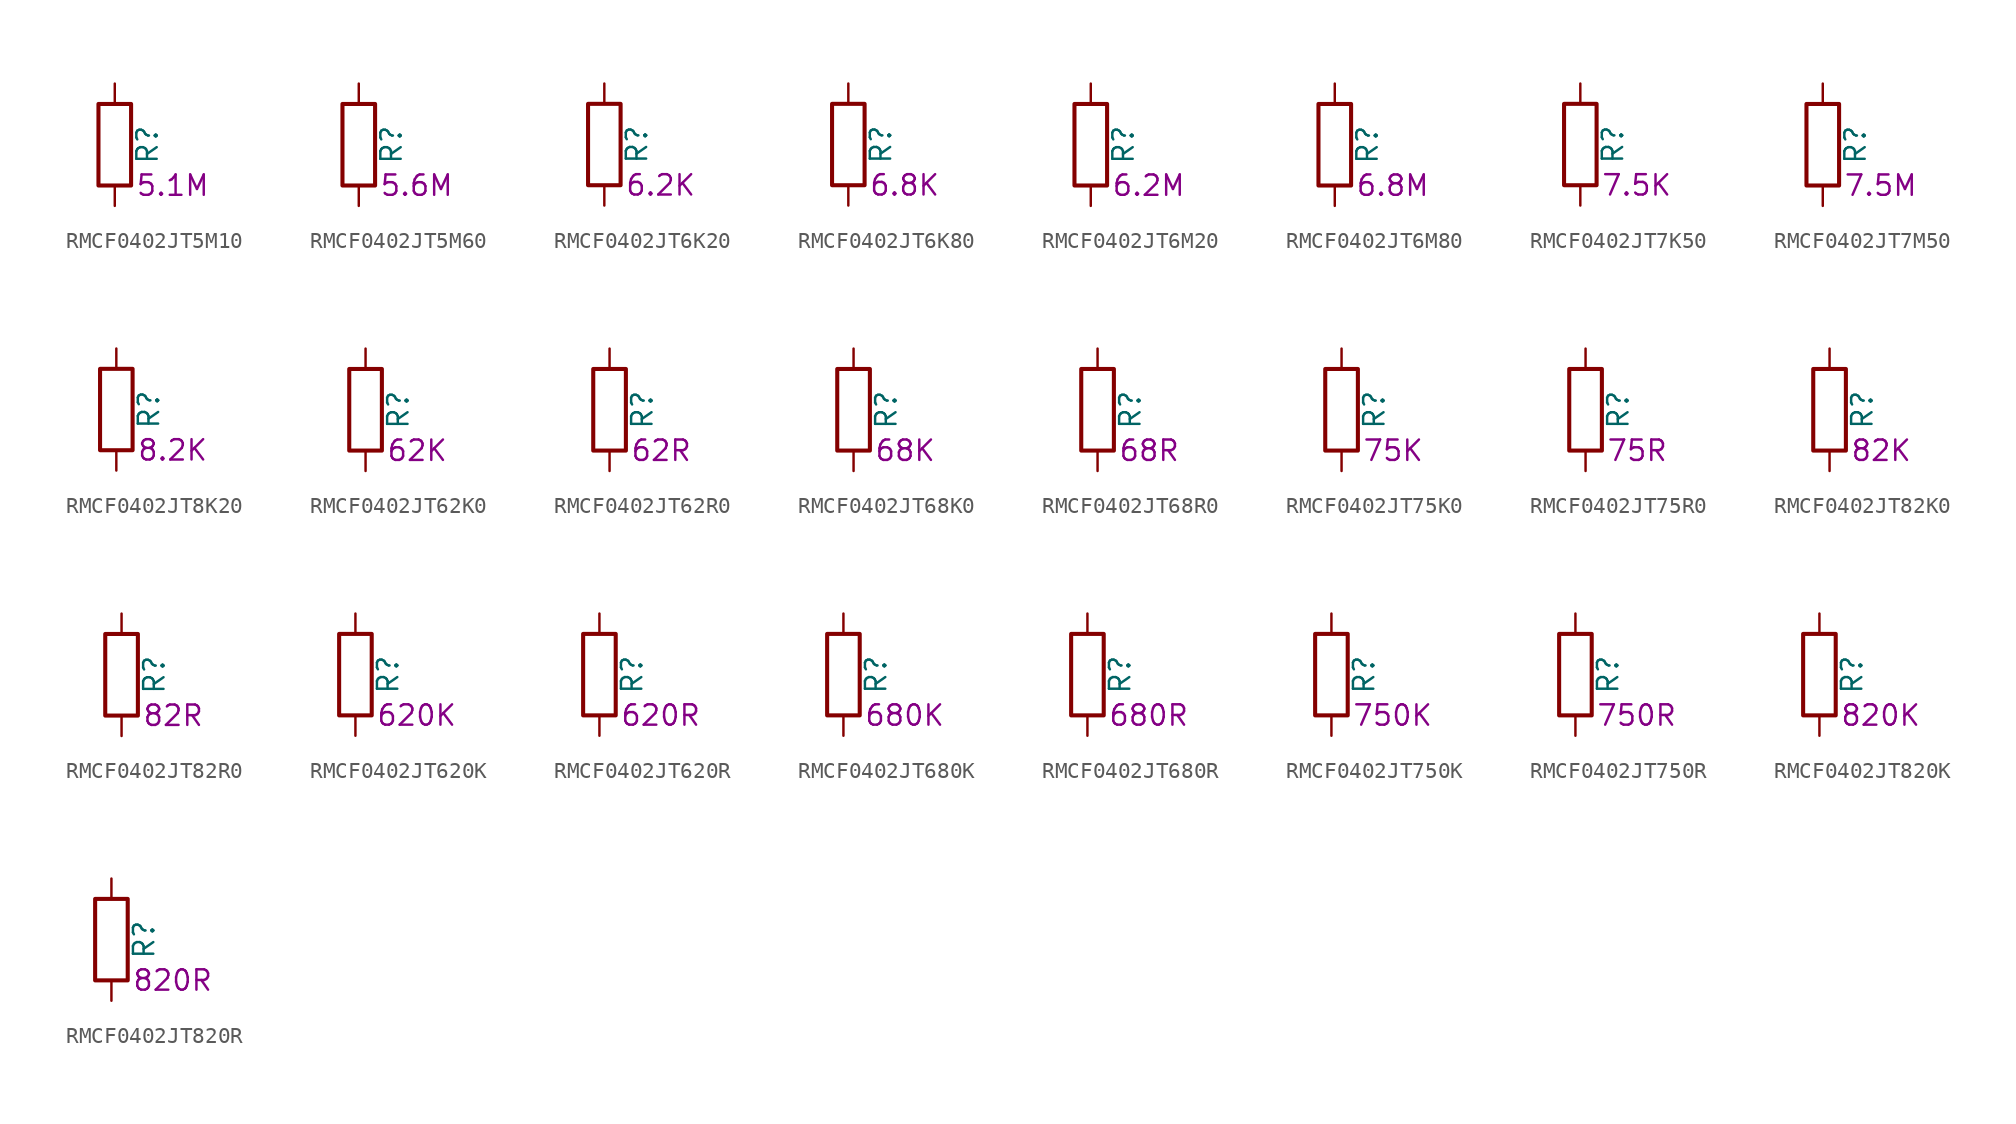
<source format=kicad_sym>
(kicad_symbol_lib
  (version 20220914)
  (generator kicad_symbol_editor)
  (symbol "RMCF0402JT5M10"
    (pin_numbers hide)
    (pin_names
      (offset 0))
    (property "Reference" "R"
      (at 2.032 0 90)
      (effects (font (size 1.27 1.27))))
    (property "Resistance" "5.1M"
      (at 1.27 -2.54 0)
      (effects (font (size 1.27 1.27)) (justify left)))
    (symbol "RMCF0402JT5M10_0_1"
      (rectangle (start -1.016 -2.54) (end 1.016 2.54) (stroke (width 0.254) (type default)) (fill (type none))))
    (symbol "RMCF0402JT5M10_1_1"
      (pin passive line (at 0 3.81 270) (length 1.27) (name "~" (effects (font (size 1.27 1.27)))) (number "1" (effects (font (size 1.27 1.27)))))
      (pin passive line (at 0 -3.81 90) (length 1.27) (name "~" (effects (font (size 1.27 1.27)))) (number "2" (effects (font (size 1.27 1.27)))))))
  (symbol "RMCF0402JT5M60"
    (pin_numbers hide)
    (pin_names
      (offset 0))
    (property "Reference" "R"
      (at 2.032 0 90)
      (effects (font (size 1.27 1.27))))
    (property "Resistance" "5.6M"
      (at 1.27 -2.54 0)
      (effects (font (size 1.27 1.27)) (justify left)))
    (symbol "RMCF0402JT5M60_0_1"
      (rectangle (start -1.016 -2.54) (end 1.016 2.54) (stroke (width 0.254) (type default)) (fill (type none))))
    (symbol "RMCF0402JT5M60_1_1"
      (pin passive line (at 0 3.81 270) (length 1.27) (name "~" (effects (font (size 1.27 1.27)))) (number "1" (effects (font (size 1.27 1.27)))))
      (pin passive line (at 0 -3.81 90) (length 1.27) (name "~" (effects (font (size 1.27 1.27)))) (number "2" (effects (font (size 1.27 1.27)))))))
  (symbol "RMCF0402JT6K20"
    (pin_numbers hide)
    (pin_names
      (offset 0))
    (property "Reference" "R"
      (at 2.032 0 90)
      (effects (font (size 1.27 1.27))))
    (property "Resistance" "6.2K"
      (at 1.27 -2.54 0)
      (effects (font (size 1.27 1.27)) (justify left)))
    (symbol "RMCF0402JT6K20_0_1"
      (rectangle (start -1.016 -2.54) (end 1.016 2.54) (stroke (width 0.254) (type default)) (fill (type none))))
    (symbol "RMCF0402JT6K20_1_1"
      (pin passive line (at 0 3.81 270) (length 1.27) (name "~" (effects (font (size 1.27 1.27)))) (number "1" (effects (font (size 1.27 1.27)))))
      (pin passive line (at 0 -3.81 90) (length 1.27) (name "~" (effects (font (size 1.27 1.27)))) (number "2" (effects (font (size 1.27 1.27)))))))
  (symbol "RMCF0402JT6K80"
    (pin_numbers hide)
    (pin_names
      (offset 0))
    (property "Reference" "R"
      (at 2.032 0 90)
      (effects (font (size 1.27 1.27))))
    (property "Resistance" "6.8K"
      (at 1.27 -2.54 0)
      (effects (font (size 1.27 1.27)) (justify left)))
    (symbol "RMCF0402JT6K80_0_1"
      (rectangle (start -1.016 -2.54) (end 1.016 2.54) (stroke (width 0.254) (type default)) (fill (type none))))
    (symbol "RMCF0402JT6K80_1_1"
      (pin passive line (at 0 3.81 270) (length 1.27) (name "~" (effects (font (size 1.27 1.27)))) (number "1" (effects (font (size 1.27 1.27)))))
      (pin passive line (at 0 -3.81 90) (length 1.27) (name "~" (effects (font (size 1.27 1.27)))) (number "2" (effects (font (size 1.27 1.27)))))))
  (symbol "RMCF0402JT6M20"
    (pin_numbers hide)
    (pin_names
      (offset 0))
    (property "Reference" "R"
      (at 2.032 0 90)
      (effects (font (size 1.27 1.27))))
    (property "Resistance" "6.2M"
      (at 1.27 -2.54 0)
      (effects (font (size 1.27 1.27)) (justify left)))
    (symbol "RMCF0402JT6M20_0_1"
      (rectangle (start -1.016 -2.54) (end 1.016 2.54) (stroke (width 0.254) (type default)) (fill (type none))))
    (symbol "RMCF0402JT6M20_1_1"
      (pin passive line (at 0 3.81 270) (length 1.27) (name "~" (effects (font (size 1.27 1.27)))) (number "1" (effects (font (size 1.27 1.27)))))
      (pin passive line (at 0 -3.81 90) (length 1.27) (name "~" (effects (font (size 1.27 1.27)))) (number "2" (effects (font (size 1.27 1.27)))))))
  (symbol "RMCF0402JT6M80"
    (pin_numbers hide)
    (pin_names
      (offset 0))
    (property "Reference" "R"
      (at 2.032 0 90)
      (effects (font (size 1.27 1.27))))
    (property "Resistance" "6.8M"
      (at 1.27 -2.54 0)
      (effects (font (size 1.27 1.27)) (justify left)))
    (symbol "RMCF0402JT6M80_0_1"
      (rectangle (start -1.016 -2.54) (end 1.016 2.54) (stroke (width 0.254) (type default)) (fill (type none))))
    (symbol "RMCF0402JT6M80_1_1"
      (pin passive line (at 0 3.81 270) (length 1.27) (name "~" (effects (font (size 1.27 1.27)))) (number "1" (effects (font (size 1.27 1.27)))))
      (pin passive line (at 0 -3.81 90) (length 1.27) (name "~" (effects (font (size 1.27 1.27)))) (number "2" (effects (font (size 1.27 1.27)))))))
  (symbol "RMCF0402JT7K50"
    (pin_numbers hide)
    (pin_names
      (offset 0))
    (property "Reference" "R"
      (at 2.032 0 90)
      (effects (font (size 1.27 1.27))))
    (property "Resistance" "7.5K"
      (at 1.27 -2.54 0)
      (effects (font (size 1.27 1.27)) (justify left)))
    (symbol "RMCF0402JT7K50_0_1"
      (rectangle (start -1.016 -2.54) (end 1.016 2.54) (stroke (width 0.254) (type default)) (fill (type none))))
    (symbol "RMCF0402JT7K50_1_1"
      (pin passive line (at 0 3.81 270) (length 1.27) (name "~" (effects (font (size 1.27 1.27)))) (number "1" (effects (font (size 1.27 1.27)))))
      (pin passive line (at 0 -3.81 90) (length 1.27) (name "~" (effects (font (size 1.27 1.27)))) (number "2" (effects (font (size 1.27 1.27)))))))
  (symbol "RMCF0402JT7M50"
    (pin_numbers hide)
    (pin_names
      (offset 0))
    (property "Reference" "R"
      (at 2.032 0 90)
      (effects (font (size 1.27 1.27))))
    (property "Resistance" "7.5M"
      (at 1.27 -2.54 0)
      (effects (font (size 1.27 1.27)) (justify left)))
    (symbol "RMCF0402JT7M50_0_1"
      (rectangle (start -1.016 -2.54) (end 1.016 2.54) (stroke (width 0.254) (type default)) (fill (type none))))
    (symbol "RMCF0402JT7M50_1_1"
      (pin passive line (at 0 3.81 270) (length 1.27) (name "~" (effects (font (size 1.27 1.27)))) (number "1" (effects (font (size 1.27 1.27)))))
      (pin passive line (at 0 -3.81 90) (length 1.27) (name "~" (effects (font (size 1.27 1.27)))) (number "2" (effects (font (size 1.27 1.27)))))))
  (symbol "RMCF0402JT8K20"
    (pin_numbers hide)
    (pin_names
      (offset 0))
    (property "Reference" "R"
      (at 2.032 0 90)
      (effects (font (size 1.27 1.27))))
    (property "Resistance" "8.2K"
      (at 1.27 -2.54 0)
      (effects (font (size 1.27 1.27)) (justify left)))
    (symbol "RMCF0402JT8K20_0_1"
      (rectangle (start -1.016 -2.54) (end 1.016 2.54) (stroke (width 0.254) (type default)) (fill (type none))))
    (symbol "RMCF0402JT8K20_1_1"
      (pin passive line (at 0 3.81 270) (length 1.27) (name "~" (effects (font (size 1.27 1.27)))) (number "1" (effects (font (size 1.27 1.27)))))
      (pin passive line (at 0 -3.81 90) (length 1.27) (name "~" (effects (font (size 1.27 1.27)))) (number "2" (effects (font (size 1.27 1.27)))))))
  (symbol "RMCF0402JT62K0"
    (pin_numbers hide)
    (pin_names
      (offset 0))
    (property "Reference" "R"
      (at 2.032 0 90)
      (effects (font (size 1.27 1.27))))
    (property "Resistance" "62K"
      (at 1.27 -2.54 0)
      (effects (font (size 1.27 1.27)) (justify left)))
    (symbol "RMCF0402JT62K0_0_1"
      (rectangle (start -1.016 -2.54) (end 1.016 2.54) (stroke (width 0.254) (type default)) (fill (type none))))
    (symbol "RMCF0402JT62K0_1_1"
      (pin passive line (at 0 3.81 270) (length 1.27) (name "~" (effects (font (size 1.27 1.27)))) (number "1" (effects (font (size 1.27 1.27)))))
      (pin passive line (at 0 -3.81 90) (length 1.27) (name "~" (effects (font (size 1.27 1.27)))) (number "2" (effects (font (size 1.27 1.27)))))))
  (symbol "RMCF0402JT62R0"
    (pin_numbers hide)
    (pin_names
      (offset 0))
    (property "Reference" "R"
      (at 2.032 0 90)
      (effects (font (size 1.27 1.27))))
    (property "Resistance" "62R"
      (at 1.27 -2.54 0)
      (effects (font (size 1.27 1.27)) (justify left)))
    (symbol "RMCF0402JT62R0_0_1"
      (rectangle (start -1.016 -2.54) (end 1.016 2.54) (stroke (width 0.254) (type default)) (fill (type none))))
    (symbol "RMCF0402JT62R0_1_1"
      (pin passive line (at 0 3.81 270) (length 1.27) (name "~" (effects (font (size 1.27 1.27)))) (number "1" (effects (font (size 1.27 1.27)))))
      (pin passive line (at 0 -3.81 90) (length 1.27) (name "~" (effects (font (size 1.27 1.27)))) (number "2" (effects (font (size 1.27 1.27)))))))
  (symbol "RMCF0402JT68K0"
    (pin_numbers hide)
    (pin_names
      (offset 0))
    (property "Reference" "R"
      (at 2.032 0 90)
      (effects (font (size 1.27 1.27))))
    (property "Resistance" "68K"
      (at 1.27 -2.54 0)
      (effects (font (size 1.27 1.27)) (justify left)))
    (symbol "RMCF0402JT68K0_0_1"
      (rectangle (start -1.016 -2.54) (end 1.016 2.54) (stroke (width 0.254) (type default)) (fill (type none))))
    (symbol "RMCF0402JT68K0_1_1"
      (pin passive line (at 0 3.81 270) (length 1.27) (name "~" (effects (font (size 1.27 1.27)))) (number "1" (effects (font (size 1.27 1.27)))))
      (pin passive line (at 0 -3.81 90) (length 1.27) (name "~" (effects (font (size 1.27 1.27)))) (number "2" (effects (font (size 1.27 1.27)))))))
  (symbol "RMCF0402JT68R0"
    (pin_numbers hide)
    (pin_names
      (offset 0))
    (property "Reference" "R"
      (at 2.032 0 90)
      (effects (font (size 1.27 1.27))))
    (property "Resistance" "68R"
      (at 1.27 -2.54 0)
      (effects (font (size 1.27 1.27)) (justify left)))
    (symbol "RMCF0402JT68R0_0_1"
      (rectangle (start -1.016 -2.54) (end 1.016 2.54) (stroke (width 0.254) (type default)) (fill (type none))))
    (symbol "RMCF0402JT68R0_1_1"
      (pin passive line (at 0 3.81 270) (length 1.27) (name "~" (effects (font (size 1.27 1.27)))) (number "1" (effects (font (size 1.27 1.27)))))
      (pin passive line (at 0 -3.81 90) (length 1.27) (name "~" (effects (font (size 1.27 1.27)))) (number "2" (effects (font (size 1.27 1.27)))))))
  (symbol "RMCF0402JT75K0"
    (pin_numbers hide)
    (pin_names
      (offset 0))
    (property "Reference" "R"
      (at 2.032 0 90)
      (effects (font (size 1.27 1.27))))
    (property "Resistance" "75K"
      (at 1.27 -2.54 0)
      (effects (font (size 1.27 1.27)) (justify left)))
    (symbol "RMCF0402JT75K0_0_1"
      (rectangle (start -1.016 -2.54) (end 1.016 2.54) (stroke (width 0.254) (type default)) (fill (type none))))
    (symbol "RMCF0402JT75K0_1_1"
      (pin passive line (at 0 3.81 270) (length 1.27) (name "~" (effects (font (size 1.27 1.27)))) (number "1" (effects (font (size 1.27 1.27)))))
      (pin passive line (at 0 -3.81 90) (length 1.27) (name "~" (effects (font (size 1.27 1.27)))) (number "2" (effects (font (size 1.27 1.27)))))))
  (symbol "RMCF0402JT75R0"
    (pin_numbers hide)
    (pin_names
      (offset 0))
    (property "Reference" "R"
      (at 2.032 0 90)
      (effects (font (size 1.27 1.27))))
    (property "Resistance" "75R"
      (at 1.27 -2.54 0)
      (effects (font (size 1.27 1.27)) (justify left)))
    (symbol "RMCF0402JT75R0_0_1"
      (rectangle (start -1.016 -2.54) (end 1.016 2.54) (stroke (width 0.254) (type default)) (fill (type none))))
    (symbol "RMCF0402JT75R0_1_1"
      (pin passive line (at 0 3.81 270) (length 1.27) (name "~" (effects (font (size 1.27 1.27)))) (number "1" (effects (font (size 1.27 1.27)))))
      (pin passive line (at 0 -3.81 90) (length 1.27) (name "~" (effects (font (size 1.27 1.27)))) (number "2" (effects (font (size 1.27 1.27)))))))
  (symbol "RMCF0402JT82K0"
    (pin_numbers hide)
    (pin_names
      (offset 0))
    (property "Reference" "R"
      (at 2.032 0 90)
      (effects (font (size 1.27 1.27))))
    (property "Resistance" "82K"
      (at 1.27 -2.54 0)
      (effects (font (size 1.27 1.27)) (justify left)))
    (symbol "RMCF0402JT82K0_0_1"
      (rectangle (start -1.016 -2.54) (end 1.016 2.54) (stroke (width 0.254) (type default)) (fill (type none))))
    (symbol "RMCF0402JT82K0_1_1"
      (pin passive line (at 0 3.81 270) (length 1.27) (name "~" (effects (font (size 1.27 1.27)))) (number "1" (effects (font (size 1.27 1.27)))))
      (pin passive line (at 0 -3.81 90) (length 1.27) (name "~" (effects (font (size 1.27 1.27)))) (number "2" (effects (font (size 1.27 1.27)))))))
  (symbol "RMCF0402JT82R0"
    (pin_numbers hide)
    (pin_names
      (offset 0))
    (property "Reference" "R"
      (at 2.032 0 90)
      (effects (font (size 1.27 1.27))))
    (property "Resistance" "82R"
      (at 1.27 -2.54 0)
      (effects (font (size 1.27 1.27)) (justify left)))
    (symbol "RMCF0402JT82R0_0_1"
      (rectangle (start -1.016 -2.54) (end 1.016 2.54) (stroke (width 0.254) (type default)) (fill (type none))))
    (symbol "RMCF0402JT82R0_1_1"
      (pin passive line (at 0 3.81 270) (length 1.27) (name "~" (effects (font (size 1.27 1.27)))) (number "1" (effects (font (size 1.27 1.27)))))
      (pin passive line (at 0 -3.81 90) (length 1.27) (name "~" (effects (font (size 1.27 1.27)))) (number "2" (effects (font (size 1.27 1.27)))))))
  (symbol "RMCF0402JT620K"
    (pin_numbers hide)
    (pin_names
      (offset 0))
    (property "Reference" "R"
      (at 2.032 0 90)
      (effects (font (size 1.27 1.27))))
    (property "Resistance" "620K"
      (at 1.27 -2.54 0)
      (effects (font (size 1.27 1.27)) (justify left)))
    (symbol "RMCF0402JT620K_0_1"
      (rectangle (start -1.016 -2.54) (end 1.016 2.54) (stroke (width 0.254) (type default)) (fill (type none))))
    (symbol "RMCF0402JT620K_1_1"
      (pin passive line (at 0 3.81 270) (length 1.27) (name "~" (effects (font (size 1.27 1.27)))) (number "1" (effects (font (size 1.27 1.27)))))
      (pin passive line (at 0 -3.81 90) (length 1.27) (name "~" (effects (font (size 1.27 1.27)))) (number "2" (effects (font (size 1.27 1.27)))))))
  (symbol "RMCF0402JT620R"
    (pin_numbers hide)
    (pin_names
      (offset 0))
    (property "Reference" "R"
      (at 2.032 0 90)
      (effects (font (size 1.27 1.27))))
    (property "Resistance" "620R"
      (at 1.27 -2.54 0)
      (effects (font (size 1.27 1.27)) (justify left)))
    (symbol "RMCF0402JT620R_0_1"
      (rectangle (start -1.016 -2.54) (end 1.016 2.54) (stroke (width 0.254) (type default)) (fill (type none))))
    (symbol "RMCF0402JT620R_1_1"
      (pin passive line (at 0 3.81 270) (length 1.27) (name "~" (effects (font (size 1.27 1.27)))) (number "1" (effects (font (size 1.27 1.27)))))
      (pin passive line (at 0 -3.81 90) (length 1.27) (name "~" (effects (font (size 1.27 1.27)))) (number "2" (effects (font (size 1.27 1.27)))))))
  (symbol "RMCF0402JT680K"
    (pin_numbers hide)
    (pin_names
      (offset 0))
    (property "Reference" "R"
      (at 2.032 0 90)
      (effects (font (size 1.27 1.27))))
    (property "Resistance" "680K"
      (at 1.27 -2.54 0)
      (effects (font (size 1.27 1.27)) (justify left)))
    (symbol "RMCF0402JT680K_0_1"
      (rectangle (start -1.016 -2.54) (end 1.016 2.54) (stroke (width 0.254) (type default)) (fill (type none))))
    (symbol "RMCF0402JT680K_1_1"
      (pin passive line (at 0 3.81 270) (length 1.27) (name "~" (effects (font (size 1.27 1.27)))) (number "1" (effects (font (size 1.27 1.27)))))
      (pin passive line (at 0 -3.81 90) (length 1.27) (name "~" (effects (font (size 1.27 1.27)))) (number "2" (effects (font (size 1.27 1.27)))))))
  (symbol "RMCF0402JT680R"
    (pin_numbers hide)
    (pin_names
      (offset 0))
    (property "Reference" "R"
      (at 2.032 0 90)
      (effects (font (size 1.27 1.27))))
    (property "Resistance" "680R"
      (at 1.27 -2.54 0)
      (effects (font (size 1.27 1.27)) (justify left)))
    (symbol "RMCF0402JT680R_0_1"
      (rectangle (start -1.016 -2.54) (end 1.016 2.54) (stroke (width 0.254) (type default)) (fill (type none))))
    (symbol "RMCF0402JT680R_1_1"
      (pin passive line (at 0 3.81 270) (length 1.27) (name "~" (effects (font (size 1.27 1.27)))) (number "1" (effects (font (size 1.27 1.27)))))
      (pin passive line (at 0 -3.81 90) (length 1.27) (name "~" (effects (font (size 1.27 1.27)))) (number "2" (effects (font (size 1.27 1.27)))))))
  (symbol "RMCF0402JT750K"
    (pin_numbers hide)
    (pin_names
      (offset 0))
    (property "Reference" "R"
      (at 2.032 0 90)
      (effects (font (size 1.27 1.27))))
    (property "Resistance" "750K"
      (at 1.27 -2.54 0)
      (effects (font (size 1.27 1.27)) (justify left)))
    (symbol "RMCF0402JT750K_0_1"
      (rectangle (start -1.016 -2.54) (end 1.016 2.54) (stroke (width 0.254) (type default)) (fill (type none))))
    (symbol "RMCF0402JT750K_1_1"
      (pin passive line (at 0 3.81 270) (length 1.27) (name "~" (effects (font (size 1.27 1.27)))) (number "1" (effects (font (size 1.27 1.27)))))
      (pin passive line (at 0 -3.81 90) (length 1.27) (name "~" (effects (font (size 1.27 1.27)))) (number "2" (effects (font (size 1.27 1.27)))))))
  (symbol "RMCF0402JT750R"
    (pin_numbers hide)
    (pin_names
      (offset 0))
    (property "Reference" "R"
      (at 2.032 0 90)
      (effects (font (size 1.27 1.27))))
    (property "Resistance" "750R"
      (at 1.27 -2.54 0)
      (effects (font (size 1.27 1.27)) (justify left)))
    (symbol "RMCF0402JT750R_0_1"
      (rectangle (start -1.016 -2.54) (end 1.016 2.54) (stroke (width 0.254) (type default)) (fill (type none))))
    (symbol "RMCF0402JT750R_1_1"
      (pin passive line (at 0 3.81 270) (length 1.27) (name "~" (effects (font (size 1.27 1.27)))) (number "1" (effects (font (size 1.27 1.27)))))
      (pin passive line (at 0 -3.81 90) (length 1.27) (name "~" (effects (font (size 1.27 1.27)))) (number "2" (effects (font (size 1.27 1.27)))))))
  (symbol "RMCF0402JT820K"
    (pin_numbers hide)
    (pin_names
      (offset 0))
    (property "Reference" "R"
      (at 2.032 0 90)
      (effects (font (size 1.27 1.27))))
    (property "Resistance" "820K"
      (at 1.27 -2.54 0)
      (effects (font (size 1.27 1.27)) (justify left)))
    (symbol "RMCF0402JT820K_0_1"
      (rectangle (start -1.016 -2.54) (end 1.016 2.54) (stroke (width 0.254) (type default)) (fill (type none))))
    (symbol "RMCF0402JT820K_1_1"
      (pin passive line (at 0 3.81 270) (length 1.27) (name "~" (effects (font (size 1.27 1.27)))) (number "1" (effects (font (size 1.27 1.27)))))
      (pin passive line (at 0 -3.81 90) (length 1.27) (name "~" (effects (font (size 1.27 1.27)))) (number "2" (effects (font (size 1.27 1.27)))))))
  (symbol "RMCF0402JT820R"
    (pin_numbers hide)
    (pin_names
      (offset 0))
    (property "Reference" "R"
      (at 2.032 0 90)
      (effects (font (size 1.27 1.27))))
    (property "Resistance" "820R"
      (at 1.27 -2.54 0)
      (effects (font (size 1.27 1.27)) (justify left)))
    (symbol "RMCF0402JT820R_0_1"
      (rectangle (start -1.016 -2.54) (end 1.016 2.54) (stroke (width 0.254) (type default)) (fill (type none))))
    (symbol "RMCF0402JT820R_1_1"
      (pin passive line (at 0 3.81 270) (length 1.27) (name "~" (effects (font (size 1.27 1.27)))) (number "1" (effects (font (size 1.27 1.27)))))
      (pin passive line (at 0 -3.81 90) (length 1.27) (name "~" (effects (font (size 1.27 1.27)))) (number "2" (effects (font (size 1.27 1.27))))))))
</source>
